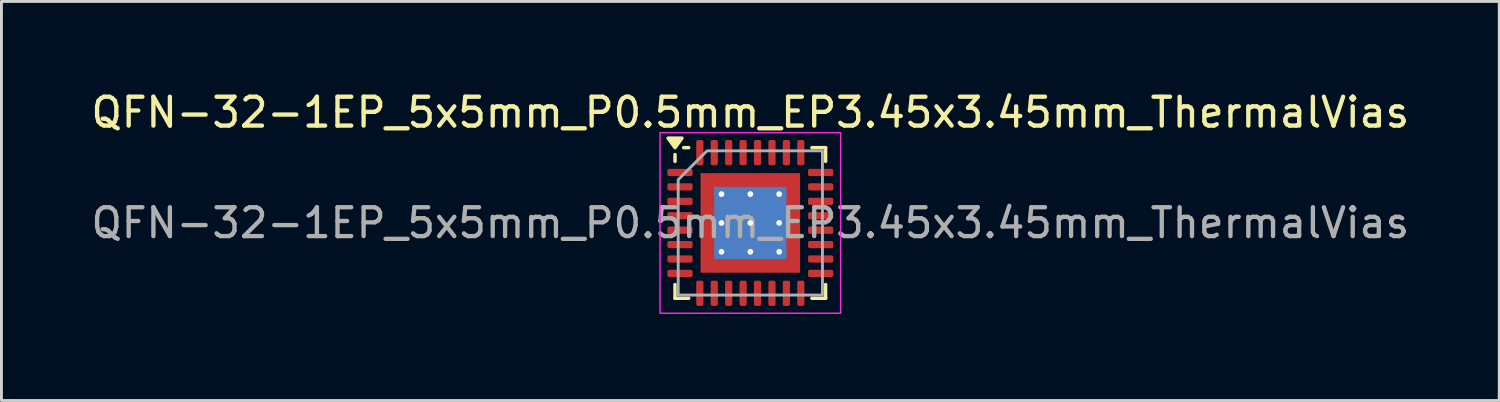
<source format=kicad_pcb>
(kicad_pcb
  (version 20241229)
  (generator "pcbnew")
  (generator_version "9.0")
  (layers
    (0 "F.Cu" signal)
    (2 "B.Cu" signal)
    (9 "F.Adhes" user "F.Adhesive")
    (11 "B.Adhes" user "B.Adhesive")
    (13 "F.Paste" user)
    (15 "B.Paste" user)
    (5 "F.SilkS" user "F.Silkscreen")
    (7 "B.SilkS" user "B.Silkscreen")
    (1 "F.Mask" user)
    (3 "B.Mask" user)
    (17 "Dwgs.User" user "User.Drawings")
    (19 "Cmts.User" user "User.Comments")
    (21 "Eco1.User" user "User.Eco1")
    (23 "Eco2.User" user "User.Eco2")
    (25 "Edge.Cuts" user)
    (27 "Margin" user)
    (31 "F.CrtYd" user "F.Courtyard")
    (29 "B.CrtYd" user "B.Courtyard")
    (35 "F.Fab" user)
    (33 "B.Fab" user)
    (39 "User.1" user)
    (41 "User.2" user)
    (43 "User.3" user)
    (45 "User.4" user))
  (footprint "QFN-32-1EP_5x5mm_P0.5mm_EP3.45x3.45mm_ThermalVias"
    (layer "F.Cu")
    (at 22.958 4.678)
    (property "Reference" "QFN-32-1EP_5x5mm_P0.5mm_EP3.45x3.45mm_ThermalVias" (at 0 -3.83 0) (layer "F.SilkS") (effects (font (size 1 1) (thickness 0.15))))
    (attr smd)
    (fp_line (start -2.61 -2.135) (end -2.61 -2.37) (stroke (width 0.12) (type solid)) (layer "F.SilkS"))
    (fp_line (start -2.61 2.61) (end -2.61 2.135) (stroke (width 0.12) (type solid)) (layer "F.SilkS"))
    (fp_line (start -2.135 -2.61) (end -2.31 -2.61) (stroke (width 0.12) (type solid)) (layer "F.SilkS"))
    (fp_line (start -2.135 2.61) (end -2.61 2.61) (stroke (width 0.12) (type solid)) (layer "F.SilkS"))
    (fp_line (start 2.135 -2.61) (end 2.61 -2.61) (stroke (width 0.12) (type solid)) (layer "F.SilkS"))
    (fp_line (start 2.135 2.61) (end 2.61 2.61) (stroke (width 0.12) (type solid)) (layer "F.SilkS"))
    (fp_line (start 2.61 -2.61) (end 2.61 -2.135) (stroke (width 0.12) (type solid)) (layer "F.SilkS"))
    (fp_line (start 2.61 2.61) (end 2.61 2.135) (stroke (width 0.12) (type solid)) (layer "F.SilkS"))
    (fp_poly (pts (xy -2.61 -2.61) (xy -2.85 -2.94) (xy -2.37 -2.94)) (stroke (width 0.12) (type solid)) (fill yes) (layer "F.SilkS"))
    (fp_rect (start -3.13 -3.13) (end 3.13 3.13) (stroke (width 0.05) (type solid)) (fill no) (layer "F.CrtYd"))
    (fp_poly (pts (xy -2.5 -1.5) (xy -2.5 2.5) (xy 2.5 2.5) (xy 2.5 -2.5) (xy -1.5 -2.5)) (stroke (width 0.1) (type solid)) (fill no) (layer "F.Fab"))
    (fp_text user "${REFERENCE}" (at 0 0 0) (layer "F.Fab") (effects (font (size 1 1) (thickness 0.15))))
    (pad "" smd custom (at -1.363 -1.363) (size 0.484 0.484) (layers "F.Paste") (options (anchor circle)) (primitives (gr_poly (pts (xy -0.192 -0.192) (xy 0.192 -0.192) (xy 0.192 0.108) (xy 0.108 0.192) (xy -0.192 0.192)) (width 0.201) (fill yes))))
    (pad "" smd custom (at -1.363 -0.5) (size 0.503 0.503) (layers "F.Paste") (options (anchor circle)) (primitives (gr_poly (pts (xy -0.21 -0.321) (xy 0.143 -0.321) (xy 0.21 -0.254) (xy 0.21 0.254) (xy 0.143 0.321) (xy -0.21 0.321)) (width 0.164) (fill yes))))
    (pad "" smd custom (at -1.363 0.5) (size 0.503 0.503) (layers "F.Paste") (options (anchor circle)) (primitives (gr_poly (pts (xy -0.21 -0.321) (xy 0.143 -0.321) (xy 0.21 -0.254) (xy 0.21 0.254) (xy 0.143 0.321) (xy -0.21 0.321)) (width 0.164) (fill yes))))
    (pad "" smd custom (at -1.363 1.363) (size 0.484 0.484) (layers "F.Paste") (options (anchor circle)) (primitives (gr_poly (pts (xy -0.192 -0.192) (xy 0.108 -0.192) (xy 0.192 -0.108) (xy 0.192 0.192) (xy -0.192 0.192)) (width 0.201) (fill yes))))
    (pad "" smd custom (at -0.5 -1.363) (size 0.503 0.503) (layers "F.Paste") (options (anchor circle)) (primitives (gr_poly (pts (xy -0.321 -0.21) (xy 0.321 -0.21) (xy 0.321 0.143) (xy 0.254 0.21) (xy -0.254 0.21) (xy -0.321 0.143)) (width 0.164) (fill yes))))
    (pad "" smd roundrect (at -0.5 -0.5) (size 0.806 0.806) (layers "F.Paste") (roundrect_rratio 0.25))
    (pad "" smd roundrect (at -0.5 0.5) (size 0.806 0.806) (layers "F.Paste") (roundrect_rratio 0.25))
    (pad "" smd custom (at -0.5 1.363) (size 0.503 0.503) (layers "F.Paste") (options (anchor circle)) (primitives (gr_poly (pts (xy -0.321 -0.143) (xy -0.254 -0.21) (xy 0.254 -0.21) (xy 0.321 -0.143) (xy 0.321 0.21) (xy -0.321 0.21)) (width 0.164) (fill yes))))
    (pad "" smd custom (at 0.5 -1.363) (size 0.503 0.503) (layers "F.Paste") (options (anchor circle)) (primitives (gr_poly (pts (xy -0.321 -0.21) (xy 0.321 -0.21) (xy 0.321 0.143) (xy 0.254 0.21) (xy -0.254 0.21) (xy -0.321 0.143)) (width 0.164) (fill yes))))
    (pad "" smd roundrect (at 0.5 -0.5) (size 0.806 0.806) (layers "F.Paste") (roundrect_rratio 0.25))
    (pad "" smd roundrect (at 0.5 0.5) (size 0.806 0.806) (layers "F.Paste") (roundrect_rratio 0.25))
    (pad "" smd custom (at 0.5 1.363) (size 0.503 0.503) (layers "F.Paste") (options (anchor circle)) (primitives (gr_poly (pts (xy -0.321 -0.143) (xy -0.254 -0.21) (xy 0.254 -0.21) (xy 0.321 -0.143) (xy 0.321 0.21) (xy -0.321 0.21)) (width 0.164) (fill yes))))
    (pad "" smd custom (at 1.363 -1.363) (size 0.484 0.484) (layers "F.Paste") (options (anchor circle)) (primitives (gr_poly (pts (xy -0.192 -0.192) (xy 0.192 -0.192) (xy 0.192 0.192) (xy -0.108 0.192) (xy -0.192 0.108)) (width 0.201) (fill yes))))
    (pad "" smd custom (at 1.363 -0.5) (size 0.503 0.503) (layers "F.Paste") (options (anchor circle)) (primitives (gr_poly (pts (xy -0.21 -0.254) (xy -0.143 -0.321) (xy 0.21 -0.321) (xy 0.21 0.321) (xy -0.143 0.321) (xy -0.21 0.254)) (width 0.164) (fill yes))))
    (pad "" smd custom (at 1.363 0.5) (size 0.503 0.503) (layers "F.Paste") (options (anchor circle)) (primitives (gr_poly (pts (xy -0.21 -0.254) (xy -0.143 -0.321) (xy 0.21 -0.321) (xy 0.21 0.321) (xy -0.143 0.321) (xy -0.21 0.254)) (width 0.164) (fill yes))))
    (pad "" smd custom (at 1.363 1.363) (size 0.484 0.484) (layers "F.Paste") (options (anchor circle)) (primitives (gr_poly (pts (xy -0.192 -0.108) (xy -0.108 -0.192) (xy 0.192 -0.192) (xy 0.192 0.192) (xy -0.192 0.192)) (width 0.201) (fill yes))))
    (pad "1" smd roundrect (at -2.438 -1.75) (size 0.875 0.25) (layers "F.Cu" "F.Mask" "F.Paste") (roundrect_rratio 0.25))
    (pad "2" smd roundrect (at -2.438 -1.25) (size 0.875 0.25) (layers "F.Cu" "F.Mask" "F.Paste") (roundrect_rratio 0.25))
    (pad "3" smd roundrect (at -2.438 -0.75) (size 0.875 0.25) (layers "F.Cu" "F.Mask" "F.Paste") (roundrect_rratio 0.25))
    (pad "4" smd roundrect (at -2.438 -0.25) (size 0.875 0.25) (layers "F.Cu" "F.Mask" "F.Paste") (roundrect_rratio 0.25))
    (pad "5" smd roundrect (at -2.438 0.25) (size 0.875 0.25) (layers "F.Cu" "F.Mask" "F.Paste") (roundrect_rratio 0.25))
    (pad "6" smd roundrect (at -2.438 0.75) (size 0.875 0.25) (layers "F.Cu" "F.Mask" "F.Paste") (roundrect_rratio 0.25))
    (pad "7" smd roundrect (at -2.438 1.25) (size 0.875 0.25) (layers "F.Cu" "F.Mask" "F.Paste") (roundrect_rratio 0.25))
    (pad "8" smd roundrect (at -2.438 1.75) (size 0.875 0.25) (layers "F.Cu" "F.Mask" "F.Paste") (roundrect_rratio 0.25))
    (pad "9" smd roundrect (at -1.75 2.438) (size 0.25 0.875) (layers "F.Cu" "F.Mask" "F.Paste") (roundrect_rratio 0.25))
    (pad "10" smd roundrect (at -1.25 2.438) (size 0.25 0.875) (layers "F.Cu" "F.Mask" "F.Paste") (roundrect_rratio 0.25))
    (pad "11" smd roundrect (at -0.75 2.438) (size 0.25 0.875) (layers "F.Cu" "F.Mask" "F.Paste") (roundrect_rratio 0.25))
    (pad "12" smd roundrect (at -0.25 2.438) (size 0.25 0.875) (layers "F.Cu" "F.Mask" "F.Paste") (roundrect_rratio 0.25))
    (pad "13" smd roundrect (at 0.25 2.438) (size 0.25 0.875) (layers "F.Cu" "F.Mask" "F.Paste") (roundrect_rratio 0.25))
    (pad "14" smd roundrect (at 0.75 2.438) (size 0.25 0.875) (layers "F.Cu" "F.Mask" "F.Paste") (roundrect_rratio 0.25))
    (pad "15" smd roundrect (at 1.25 2.438) (size 0.25 0.875) (layers "F.Cu" "F.Mask" "F.Paste") (roundrect_rratio 0.25))
    (pad "16" smd roundrect (at 1.75 2.438) (size 0.25 0.875) (layers "F.Cu" "F.Mask" "F.Paste") (roundrect_rratio 0.25))
    (pad "17" smd roundrect (at 2.438 1.75) (size 0.875 0.25) (layers "F.Cu" "F.Mask" "F.Paste") (roundrect_rratio 0.25))
    (pad "18" smd roundrect (at 2.438 1.25) (size 0.875 0.25) (layers "F.Cu" "F.Mask" "F.Paste") (roundrect_rratio 0.25))
    (pad "19" smd roundrect (at 2.438 0.75) (size 0.875 0.25) (layers "F.Cu" "F.Mask" "F.Paste") (roundrect_rratio 0.25))
    (pad "20" smd roundrect (at 2.438 0.25) (size 0.875 0.25) (layers "F.Cu" "F.Mask" "F.Paste") (roundrect_rratio 0.25))
    (pad "21" smd roundrect (at 2.438 -0.25) (size 0.875 0.25) (layers "F.Cu" "F.Mask" "F.Paste") (roundrect_rratio 0.25))
    (pad "22" smd roundrect (at 2.438 -0.75) (size 0.875 0.25) (layers "F.Cu" "F.Mask" "F.Paste") (roundrect_rratio 0.25))
    (pad "23" smd roundrect (at 2.438 -1.25) (size 0.875 0.25) (layers "F.Cu" "F.Mask" "F.Paste") (roundrect_rratio 0.25))
    (pad "24" smd roundrect (at 2.438 -1.75) (size 0.875 0.25) (layers "F.Cu" "F.Mask" "F.Paste") (roundrect_rratio 0.25))
    (pad "25" smd roundrect (at 1.75 -2.438) (size 0.25 0.875) (layers "F.Cu" "F.Mask" "F.Paste") (roundrect_rratio 0.25))
    (pad "26" smd roundrect (at 1.25 -2.438) (size 0.25 0.875) (layers "F.Cu" "F.Mask" "F.Paste") (roundrect_rratio 0.25))
    (pad "27" smd roundrect (at 0.75 -2.438) (size 0.25 0.875) (layers "F.Cu" "F.Mask" "F.Paste") (roundrect_rratio 0.25))
    (pad "28" smd roundrect (at 0.25 -2.438) (size 0.25 0.875) (layers "F.Cu" "F.Mask" "F.Paste") (roundrect_rratio 0.25))
    (pad "29" smd roundrect (at -0.25 -2.438) (size 0.25 0.875) (layers "F.Cu" "F.Mask" "F.Paste") (roundrect_rratio 0.25))
    (pad "30" smd roundrect (at -0.75 -2.438) (size 0.25 0.875) (layers "F.Cu" "F.Mask" "F.Paste") (roundrect_rratio 0.25))
    (pad "31" smd roundrect (at -1.25 -2.438) (size 0.25 0.875) (layers "F.Cu" "F.Mask" "F.Paste") (roundrect_rratio 0.25))
    (pad "32" smd roundrect (at -1.75 -2.438) (size 0.25 0.875) (layers "F.Cu" "F.Mask" "F.Paste") (roundrect_rratio 0.25))
    (pad "33" thru_hole circle (at -1 -1) (size 0.5 0.5) (drill 0.2) (property pad_prop_heatsink) (layers "*.Cu"))
    (pad "33" thru_hole circle (at -1 0) (size 0.5 0.5) (drill 0.2) (property pad_prop_heatsink) (layers "*.Cu"))
    (pad "33" thru_hole circle (at -1 1) (size 0.5 0.5) (drill 0.2) (property pad_prop_heatsink) (layers "*.Cu"))
    (pad "33" thru_hole circle (at 0 -1) (size 0.5 0.5) (drill 0.2) (property pad_prop_heatsink) (layers "*.Cu"))
    (pad "33" thru_hole circle (at 0 0) (size 0.5 0.5) (drill 0.2) (property pad_prop_heatsink) (layers "*.Cu"))
    (pad "33" smd rect (at 0 0) (size 2.5 2.5) (property pad_prop_heatsink) (layers "B.Cu"))
    (pad "33" smd rect (at 0 0) (size 3.45 3.45) (property pad_prop_heatsink) (layers "F.Cu" "F.Mask"))
    (pad "33" thru_hole circle (at 0 1) (size 0.5 0.5) (drill 0.2) (property pad_prop_heatsink) (layers "*.Cu"))
    (pad "33" thru_hole circle (at 1 -1) (size 0.5 0.5) (drill 0.2) (property pad_prop_heatsink) (layers "*.Cu"))
    (pad "33" thru_hole circle (at 1 0) (size 0.5 0.5) (drill 0.2) (property pad_prop_heatsink) (layers "*.Cu"))
    (pad "33" thru_hole circle (at 1 1) (size 0.5 0.5) (drill 0.2) (property pad_prop_heatsink) (layers "*.Cu")))
  (gr_rect
    (start -3 -3)
    (end 48.917 10.833)
    (stroke (width 0.1) (type default))
    (fill no)
    (layer "Edge.Cuts")))
</source>
